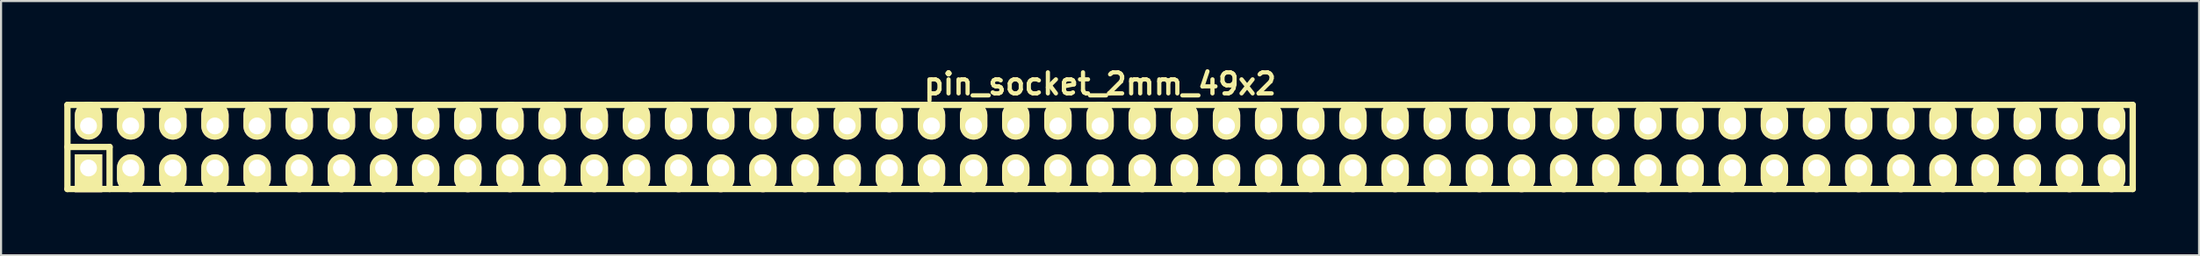
<source format=kicad_pcb>
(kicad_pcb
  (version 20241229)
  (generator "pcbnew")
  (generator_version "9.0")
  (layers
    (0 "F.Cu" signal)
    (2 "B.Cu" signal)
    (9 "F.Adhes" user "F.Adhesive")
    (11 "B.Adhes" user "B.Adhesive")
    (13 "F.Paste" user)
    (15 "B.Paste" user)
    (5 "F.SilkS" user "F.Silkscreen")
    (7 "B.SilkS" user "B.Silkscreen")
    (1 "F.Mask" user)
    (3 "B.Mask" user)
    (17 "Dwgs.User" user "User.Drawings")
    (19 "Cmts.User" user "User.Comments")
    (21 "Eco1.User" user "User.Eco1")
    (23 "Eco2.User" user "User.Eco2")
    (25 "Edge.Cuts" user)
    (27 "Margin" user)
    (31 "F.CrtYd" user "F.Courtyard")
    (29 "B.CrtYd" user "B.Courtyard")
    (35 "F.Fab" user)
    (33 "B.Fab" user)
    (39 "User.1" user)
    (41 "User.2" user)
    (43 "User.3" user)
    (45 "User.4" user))
  (footprint "pin_socket_2mm_49x2"
    (layer "F.Cu")
    (at 49.15 3.936)
    (property "Reference" "pin_socket_2mm_49x2" (at 0 -3 0) (layer "F.SilkS") (effects (font (size 1 1) (thickness 0.2))))
    (attr through_hole)
    (fp_line (start -49 -2) (end 49 -2) (stroke (width 0.3) (type solid)) (layer "F.SilkS"))
    (fp_line (start -49 0) (end -47 0) (stroke (width 0.3) (type solid)) (layer "F.SilkS"))
    (fp_line (start -49 2) (end -49 -2) (stroke (width 0.3) (type solid)) (layer "F.SilkS"))
    (fp_line (start -47 0) (end -47 2) (stroke (width 0.3) (type solid)) (layer "F.SilkS"))
    (fp_line (start 49 -2) (end 49 2) (stroke (width 0.3) (type solid)) (layer "F.SilkS"))
    (fp_line (start 49 2) (end -49 2) (stroke (width 0.3) (type solid)) (layer "F.SilkS"))
    (pad "1" thru_hole rect (at -48 1) (size 1.3 1.8) (drill 0.8 (offset 0 0.25)) (layers "*.Cu" "*.Mask" "F.SilkS"))
    (pad "2" thru_hole oval (at -48 -1) (size 1.3 1.8) (drill 0.8 (offset 0 -0.25)) (layers "*.Cu" "*.Mask" "F.SilkS"))
    (pad "3" thru_hole oval (at -46 1) (size 1.3 1.8) (drill 0.8 (offset 0 0.25)) (layers "*.Cu" "*.Mask" "F.SilkS"))
    (pad "4" thru_hole oval (at -46 -1) (size 1.3 1.8) (drill 0.8 (offset 0 -0.25)) (layers "*.Cu" "*.Mask" "F.SilkS"))
    (pad "5" thru_hole oval (at -44 1) (size 1.3 1.8) (drill 0.8 (offset 0 0.25)) (layers "*.Cu" "*.Mask" "F.SilkS"))
    (pad "6" thru_hole oval (at -44 -1) (size 1.3 1.8) (drill 0.8 (offset 0 -0.25)) (layers "*.Cu" "*.Mask" "F.SilkS"))
    (pad "7" thru_hole oval (at -42 1) (size 1.3 1.8) (drill 0.8 (offset 0 0.25)) (layers "*.Cu" "*.Mask" "F.SilkS"))
    (pad "8" thru_hole oval (at -42 -1) (size 1.3 1.8) (drill 0.8 (offset 0 -0.25)) (layers "*.Cu" "*.Mask" "F.SilkS"))
    (pad "9" thru_hole oval (at -40 1) (size 1.3 1.8) (drill 0.8 (offset 0 0.25)) (layers "*.Cu" "*.Mask" "F.SilkS"))
    (pad "10" thru_hole oval (at -40 -1) (size 1.3 1.8) (drill 0.8 (offset 0 -0.25)) (layers "*.Cu" "*.Mask" "F.SilkS"))
    (pad "11" thru_hole oval (at -38 1) (size 1.3 1.8) (drill 0.8 (offset 0 0.25)) (layers "*.Cu" "*.Mask" "F.SilkS"))
    (pad "12" thru_hole oval (at -38 -1) (size 1.3 1.8) (drill 0.8 (offset 0 -0.25)) (layers "*.Cu" "*.Mask" "F.SilkS"))
    (pad "13" thru_hole oval (at -36 1) (size 1.3 1.8) (drill 0.8 (offset 0 0.25)) (layers "*.Cu" "*.Mask" "F.SilkS"))
    (pad "14" thru_hole oval (at -36 -1) (size 1.3 1.8) (drill 0.8 (offset 0 -0.25)) (layers "*.Cu" "*.Mask" "F.SilkS"))
    (pad "15" thru_hole oval (at -34 1) (size 1.3 1.8) (drill 0.8 (offset 0 0.25)) (layers "*.Cu" "*.Mask" "F.SilkS"))
    (pad "16" thru_hole oval (at -34 -1) (size 1.3 1.8) (drill 0.8 (offset 0 -0.25)) (layers "*.Cu" "*.Mask" "F.SilkS"))
    (pad "17" thru_hole oval (at -32 1) (size 1.3 1.8) (drill 0.8 (offset 0 0.25)) (layers "*.Cu" "*.Mask" "F.SilkS"))
    (pad "18" thru_hole oval (at -32 -1) (size 1.3 1.8) (drill 0.8 (offset 0 -0.25)) (layers "*.Cu" "*.Mask" "F.SilkS"))
    (pad "19" thru_hole oval (at -30 1) (size 1.3 1.8) (drill 0.8 (offset 0 0.25)) (layers "*.Cu" "*.Mask" "F.SilkS"))
    (pad "20" thru_hole oval (at -30 -1) (size 1.3 1.8) (drill 0.8 (offset 0 -0.25)) (layers "*.Cu" "*.Mask" "F.SilkS"))
    (pad "21" thru_hole oval (at -28 1) (size 1.3 1.8) (drill 0.8 (offset 0 0.25)) (layers "*.Cu" "*.Mask" "F.SilkS"))
    (pad "22" thru_hole oval (at -28 -1) (size 1.3 1.8) (drill 0.8 (offset 0 -0.25)) (layers "*.Cu" "*.Mask" "F.SilkS"))
    (pad "23" thru_hole oval (at -26 1) (size 1.3 1.8) (drill 0.8 (offset 0 0.25)) (layers "*.Cu" "*.Mask" "F.SilkS"))
    (pad "24" thru_hole oval (at -26 -1) (size 1.3 1.8) (drill 0.8 (offset 0 -0.25)) (layers "*.Cu" "*.Mask" "F.SilkS"))
    (pad "25" thru_hole oval (at -24 1) (size 1.3 1.8) (drill 0.8 (offset 0 0.25)) (layers "*.Cu" "*.Mask" "F.SilkS"))
    (pad "26" thru_hole oval (at -24 -1) (size 1.3 1.8) (drill 0.8 (offset 0 -0.25)) (layers "*.Cu" "*.Mask" "F.SilkS"))
    (pad "27" thru_hole oval (at -22 1) (size 1.3 1.8) (drill 0.8 (offset 0 0.25)) (layers "*.Cu" "*.Mask" "F.SilkS"))
    (pad "28" thru_hole oval (at -22 -1) (size 1.3 1.8) (drill 0.8 (offset 0 -0.25)) (layers "*.Cu" "*.Mask" "F.SilkS"))
    (pad "29" thru_hole oval (at -20 1) (size 1.3 1.8) (drill 0.8 (offset 0 0.25)) (layers "*.Cu" "*.Mask" "F.SilkS"))
    (pad "30" thru_hole oval (at -20 -1) (size 1.3 1.8) (drill 0.8 (offset 0 -0.25)) (layers "*.Cu" "*.Mask" "F.SilkS"))
    (pad "31" thru_hole oval (at -18 1) (size 1.3 1.8) (drill 0.8 (offset 0 0.25)) (layers "*.Cu" "*.Mask" "F.SilkS"))
    (pad "32" thru_hole oval (at -18 -1) (size 1.3 1.8) (drill 0.8 (offset 0 -0.25)) (layers "*.Cu" "*.Mask" "F.SilkS"))
    (pad "33" thru_hole oval (at -16 1) (size 1.3 1.8) (drill 0.8 (offset 0 0.25)) (layers "*.Cu" "*.Mask" "F.SilkS"))
    (pad "34" thru_hole oval (at -16 -1) (size 1.3 1.8) (drill 0.8 (offset 0 -0.25)) (layers "*.Cu" "*.Mask" "F.SilkS"))
    (pad "35" thru_hole oval (at -14 1) (size 1.3 1.8) (drill 0.8 (offset 0 0.25)) (layers "*.Cu" "*.Mask" "F.SilkS"))
    (pad "36" thru_hole oval (at -14 -1) (size 1.3 1.8) (drill 0.8 (offset 0 -0.25)) (layers "*.Cu" "*.Mask" "F.SilkS"))
    (pad "37" thru_hole oval (at -12 1) (size 1.3 1.8) (drill 0.8 (offset 0 0.25)) (layers "*.Cu" "*.Mask" "F.SilkS"))
    (pad "38" thru_hole oval (at -12 -1) (size 1.3 1.8) (drill 0.8 (offset 0 -0.25)) (layers "*.Cu" "*.Mask" "F.SilkS"))
    (pad "39" thru_hole oval (at -10 1) (size 1.3 1.8) (drill 0.8 (offset 0 0.25)) (layers "*.Cu" "*.Mask" "F.SilkS"))
    (pad "40" thru_hole oval (at -10 -1) (size 1.3 1.8) (drill 0.8 (offset 0 -0.25)) (layers "*.Cu" "*.Mask" "F.SilkS"))
    (pad "41" thru_hole oval (at -8 1) (size 1.3 1.8) (drill 0.8 (offset 0 0.25)) (layers "*.Cu" "*.Mask" "F.SilkS"))
    (pad "42" thru_hole oval (at -8 -1) (size 1.3 1.8) (drill 0.8 (offset 0 -0.25)) (layers "*.Cu" "*.Mask" "F.SilkS"))
    (pad "43" thru_hole oval (at -6 1) (size 1.3 1.8) (drill 0.8 (offset 0 0.25)) (layers "*.Cu" "*.Mask" "F.SilkS"))
    (pad "44" thru_hole oval (at -6 -1) (size 1.3 1.8) (drill 0.8 (offset 0 -0.25)) (layers "*.Cu" "*.Mask" "F.SilkS"))
    (pad "45" thru_hole oval (at -4 1) (size 1.3 1.8) (drill 0.8 (offset 0 0.25)) (layers "*.Cu" "*.Mask" "F.SilkS"))
    (pad "46" thru_hole oval (at -4 -1) (size 1.3 1.8) (drill 0.8 (offset 0 -0.25)) (layers "*.Cu" "*.Mask" "F.SilkS"))
    (pad "47" thru_hole oval (at -2 1) (size 1.3 1.8) (drill 0.8 (offset 0 0.25)) (layers "*.Cu" "*.Mask" "F.SilkS"))
    (pad "48" thru_hole oval (at -2 -1) (size 1.3 1.8) (drill 0.8 (offset 0 -0.25)) (layers "*.Cu" "*.Mask" "F.SilkS"))
    (pad "49" thru_hole oval (at 0 1) (size 1.3 1.8) (drill 0.8 (offset 0 0.25)) (layers "*.Cu" "*.Mask" "F.SilkS"))
    (pad "50" thru_hole oval (at 0 -1) (size 1.3 1.8) (drill 0.8 (offset 0 -0.25)) (layers "*.Cu" "*.Mask" "F.SilkS"))
    (pad "51" thru_hole oval (at 2 1) (size 1.3 1.8) (drill 0.8 (offset 0 0.25)) (layers "*.Cu" "*.Mask" "F.SilkS"))
    (pad "52" thru_hole oval (at 2 -1) (size 1.3 1.8) (drill 0.8 (offset 0 -0.25)) (layers "*.Cu" "*.Mask" "F.SilkS"))
    (pad "53" thru_hole oval (at 4 1) (size 1.3 1.8) (drill 0.8 (offset 0 0.25)) (layers "*.Cu" "*.Mask" "F.SilkS"))
    (pad "54" thru_hole oval (at 4 -1) (size 1.3 1.8) (drill 0.8 (offset 0 -0.25)) (layers "*.Cu" "*.Mask" "F.SilkS"))
    (pad "55" thru_hole oval (at 6 1) (size 1.3 1.8) (drill 0.8 (offset 0 0.25)) (layers "*.Cu" "*.Mask" "F.SilkS"))
    (pad "56" thru_hole oval (at 6 -1) (size 1.3 1.8) (drill 0.8 (offset 0 -0.25)) (layers "*.Cu" "*.Mask" "F.SilkS"))
    (pad "57" thru_hole oval (at 8 1) (size 1.3 1.8) (drill 0.8 (offset 0 0.25)) (layers "*.Cu" "*.Mask" "F.SilkS"))
    (pad "58" thru_hole oval (at 8 -1) (size 1.3 1.8) (drill 0.8 (offset 0 -0.25)) (layers "*.Cu" "*.Mask" "F.SilkS"))
    (pad "59" thru_hole oval (at 10 1) (size 1.3 1.8) (drill 0.8 (offset 0 0.25)) (layers "*.Cu" "*.Mask" "F.SilkS"))
    (pad "60" thru_hole oval (at 10 -1) (size 1.3 1.8) (drill 0.8 (offset 0 -0.25)) (layers "*.Cu" "*.Mask" "F.SilkS"))
    (pad "61" thru_hole oval (at 12 1) (size 1.3 1.8) (drill 0.8 (offset 0 0.25)) (layers "*.Cu" "*.Mask" "F.SilkS"))
    (pad "62" thru_hole oval (at 12 -1) (size 1.3 1.8) (drill 0.8 (offset 0 -0.25)) (layers "*.Cu" "*.Mask" "F.SilkS"))
    (pad "63" thru_hole oval (at 14 1) (size 1.3 1.8) (drill 0.8 (offset 0 0.25)) (layers "*.Cu" "*.Mask" "F.SilkS"))
    (pad "64" thru_hole oval (at 14 -1) (size 1.3 1.8) (drill 0.8 (offset 0 -0.25)) (layers "*.Cu" "*.Mask" "F.SilkS"))
    (pad "65" thru_hole oval (at 16 1) (size 1.3 1.8) (drill 0.8 (offset 0 0.25)) (layers "*.Cu" "*.Mask" "F.SilkS"))
    (pad "66" thru_hole oval (at 16 -1) (size 1.3 1.8) (drill 0.8 (offset 0 -0.25)) (layers "*.Cu" "*.Mask" "F.SilkS"))
    (pad "67" thru_hole oval (at 18 1) (size 1.3 1.8) (drill 0.8 (offset 0 0.25)) (layers "*.Cu" "*.Mask" "F.SilkS"))
    (pad "68" thru_hole oval (at 18 -1) (size 1.3 1.8) (drill 0.8 (offset 0 -0.25)) (layers "*.Cu" "*.Mask" "F.SilkS"))
    (pad "69" thru_hole oval (at 20 1) (size 1.3 1.8) (drill 0.8 (offset 0 0.25)) (layers "*.Cu" "*.Mask" "F.SilkS"))
    (pad "70" thru_hole oval (at 20 -1) (size 1.3 1.8) (drill 0.8 (offset 0 -0.25)) (layers "*.Cu" "*.Mask" "F.SilkS"))
    (pad "71" thru_hole oval (at 22 1) (size 1.3 1.8) (drill 0.8 (offset 0 0.25)) (layers "*.Cu" "*.Mask" "F.SilkS"))
    (pad "72" thru_hole oval (at 22 -1) (size 1.3 1.8) (drill 0.8 (offset 0 -0.25)) (layers "*.Cu" "*.Mask" "F.SilkS"))
    (pad "73" thru_hole oval (at 24 1) (size 1.3 1.8) (drill 0.8 (offset 0 0.25)) (layers "*.Cu" "*.Mask" "F.SilkS"))
    (pad "74" thru_hole oval (at 24 -1) (size 1.3 1.8) (drill 0.8 (offset 0 -0.25)) (layers "*.Cu" "*.Mask" "F.SilkS"))
    (pad "75" thru_hole oval (at 26 1) (size 1.3 1.8) (drill 0.8 (offset 0 0.25)) (layers "*.Cu" "*.Mask" "F.SilkS"))
    (pad "76" thru_hole oval (at 26 -1) (size 1.3 1.8) (drill 0.8 (offset 0 -0.25)) (layers "*.Cu" "*.Mask" "F.SilkS"))
    (pad "77" thru_hole oval (at 28 1) (size 1.3 1.8) (drill 0.8 (offset 0 0.25)) (layers "*.Cu" "*.Mask" "F.SilkS"))
    (pad "78" thru_hole oval (at 28 -1) (size 1.3 1.8) (drill 0.8 (offset 0 -0.25)) (layers "*.Cu" "*.Mask" "F.SilkS"))
    (pad "79" thru_hole oval (at 30 1) (size 1.3 1.8) (drill 0.8 (offset 0 0.25)) (layers "*.Cu" "*.Mask" "F.SilkS"))
    (pad "80" thru_hole oval (at 30 -1) (size 1.3 1.8) (drill 0.8 (offset 0 -0.25)) (layers "*.Cu" "*.Mask" "F.SilkS"))
    (pad "81" thru_hole oval (at 32 1) (size 1.3 1.8) (drill 0.8 (offset 0 0.25)) (layers "*.Cu" "*.Mask" "F.SilkS"))
    (pad "82" thru_hole oval (at 32 -1) (size 1.3 1.8) (drill 0.8 (offset 0 -0.25)) (layers "*.Cu" "*.Mask" "F.SilkS"))
    (pad "83" thru_hole oval (at 34 1) (size 1.3 1.8) (drill 0.8 (offset 0 0.25)) (layers "*.Cu" "*.Mask" "F.SilkS"))
    (pad "84" thru_hole oval (at 34 -1) (size 1.3 1.8) (drill 0.8 (offset 0 -0.25)) (layers "*.Cu" "*.Mask" "F.SilkS"))
    (pad "85" thru_hole oval (at 36 1) (size 1.3 1.8) (drill 0.8 (offset 0 0.25)) (layers "*.Cu" "*.Mask" "F.SilkS"))
    (pad "86" thru_hole oval (at 36 -1) (size 1.3 1.8) (drill 0.8 (offset 0 -0.25)) (layers "*.Cu" "*.Mask" "F.SilkS"))
    (pad "87" thru_hole oval (at 38 1) (size 1.3 1.8) (drill 0.8 (offset 0 0.25)) (layers "*.Cu" "*.Mask" "F.SilkS"))
    (pad "88" thru_hole oval (at 38 -1) (size 1.3 1.8) (drill 0.8 (offset 0 -0.25)) (layers "*.Cu" "*.Mask" "F.SilkS"))
    (pad "89" thru_hole oval (at 40 1) (size 1.3 1.8) (drill 0.8 (offset 0 0.25)) (layers "*.Cu" "*.Mask" "F.SilkS"))
    (pad "90" thru_hole oval (at 40 -1) (size 1.3 1.8) (drill 0.8 (offset 0 -0.25)) (layers "*.Cu" "*.Mask" "F.SilkS"))
    (pad "91" thru_hole oval (at 42 1) (size 1.3 1.8) (drill 0.8 (offset 0 0.25)) (layers "*.Cu" "*.Mask" "F.SilkS"))
    (pad "92" thru_hole oval (at 42 -1) (size 1.3 1.8) (drill 0.8 (offset 0 -0.25)) (layers "*.Cu" "*.Mask" "F.SilkS"))
    (pad "93" thru_hole oval (at 44 1) (size 1.3 1.8) (drill 0.8 (offset 0 0.25)) (layers "*.Cu" "*.Mask" "F.SilkS"))
    (pad "94" thru_hole oval (at 44 -1) (size 1.3 1.8) (drill 0.8 (offset 0 -0.25)) (layers "*.Cu" "*.Mask" "F.SilkS"))
    (pad "95" thru_hole oval (at 46 1) (size 1.3 1.8) (drill 0.8 (offset 0 0.25)) (layers "*.Cu" "*.Mask" "F.SilkS"))
    (pad "96" thru_hole oval (at 46 -1) (size 1.3 1.8) (drill 0.8 (offset 0 -0.25)) (layers "*.Cu" "*.Mask" "F.SilkS"))
    (pad "97" thru_hole oval (at 48 1) (size 1.3 1.8) (drill 0.8 (offset 0 0.25)) (layers "*.Cu" "*.Mask" "F.SilkS"))
    (pad "98" thru_hole oval (at 48 -1) (size 1.3 1.8) (drill 0.8 (offset 0 -0.25)) (layers "*.Cu" "*.Mask" "F.SilkS")))
  (gr_rect
    (start -3 -3)
    (end 101.3 9.086)
    (stroke (width 0.1) (type default))
    (fill no)
    (layer "Edge.Cuts")))
</source>
